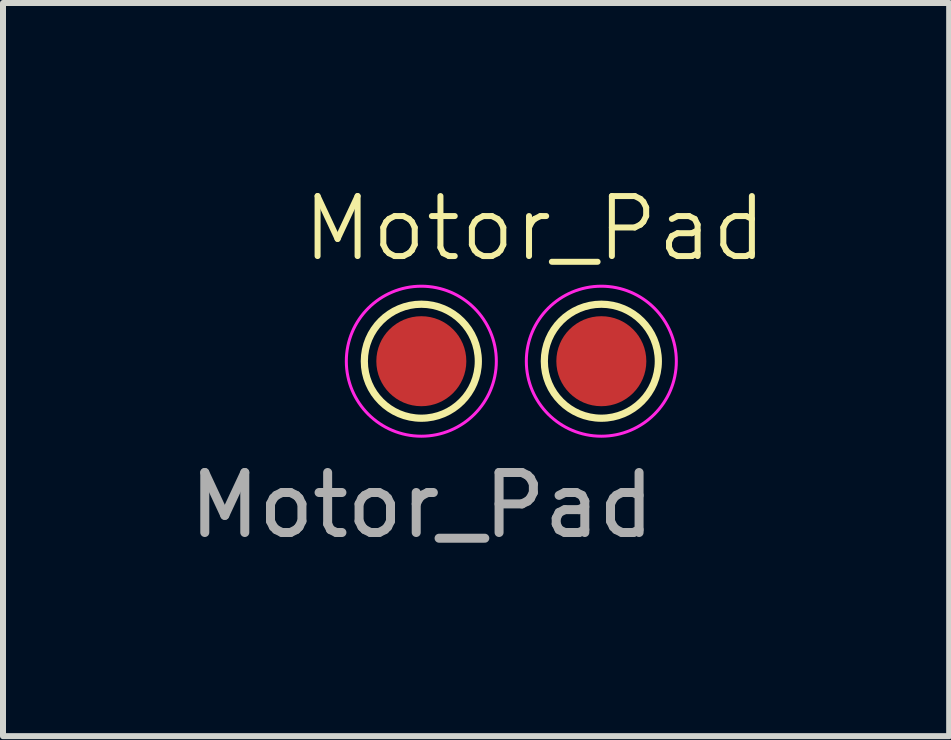
<source format=kicad_pcb>
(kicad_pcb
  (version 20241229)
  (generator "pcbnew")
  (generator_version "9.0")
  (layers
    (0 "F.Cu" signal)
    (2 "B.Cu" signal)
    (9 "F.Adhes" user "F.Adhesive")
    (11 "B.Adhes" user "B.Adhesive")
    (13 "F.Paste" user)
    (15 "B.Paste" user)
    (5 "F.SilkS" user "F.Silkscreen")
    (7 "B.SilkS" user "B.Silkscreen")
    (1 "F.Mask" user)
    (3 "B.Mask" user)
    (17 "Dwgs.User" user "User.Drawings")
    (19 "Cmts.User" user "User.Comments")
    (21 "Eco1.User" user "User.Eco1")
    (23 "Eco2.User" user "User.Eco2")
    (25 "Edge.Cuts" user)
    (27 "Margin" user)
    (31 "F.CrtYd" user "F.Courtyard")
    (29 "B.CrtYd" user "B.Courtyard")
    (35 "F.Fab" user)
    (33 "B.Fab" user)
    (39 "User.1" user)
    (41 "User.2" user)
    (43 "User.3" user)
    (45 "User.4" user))
  (footprint "Motor_Pad"
    (layer "F.Cu")
    (at 3.982 2.87)
    (property "Reference" "Motor_Pad" (at 1.88 -2.11 0) (unlocked yes) (layer "F.SilkS") (effects (font (size 1 1) (thickness 0.1))))
    (attr smd)
    (fp_circle (center -0.01 0.1) (end -0.01 1.05) (stroke (width 0.12) (type solid)) (fill no) (layer "F.SilkS"))
    (fp_circle (center 2.99 0.1) (end 2.99 1.05) (stroke (width 0.12) (type solid)) (fill no) (layer "F.SilkS"))
    (fp_circle (center -0.01 0.1) (end 1.24 0.1) (stroke (width 0.05) (type solid)) (fill no) (layer "F.CrtYd"))
    (fp_circle (center 2.99 0.1) (end 4.24 0.1) (stroke (width 0.05) (type solid)) (fill no) (layer "F.CrtYd"))
    (fp_text user "${REFERENCE}" (at 0 2.5 0) (unlocked yes) (layer "F.Fab") (effects (font (size 1 1) (thickness 0.15))))
    (pad "1" smd circle (at 2.99 0.1) (size 1.5 1.5) (layers "F.Cu" "F.Mask"))
    (pad "2" smd circle (at -0.01 0.1) (size 1.5 1.5) (layers "F.Cu" "F.Mask")))
  (gr_rect
    (start -3 -3)
    (end 12.769 9.219)
    (stroke (width 0.1) (type default))
    (fill no)
    (layer "Edge.Cuts")))
</source>
